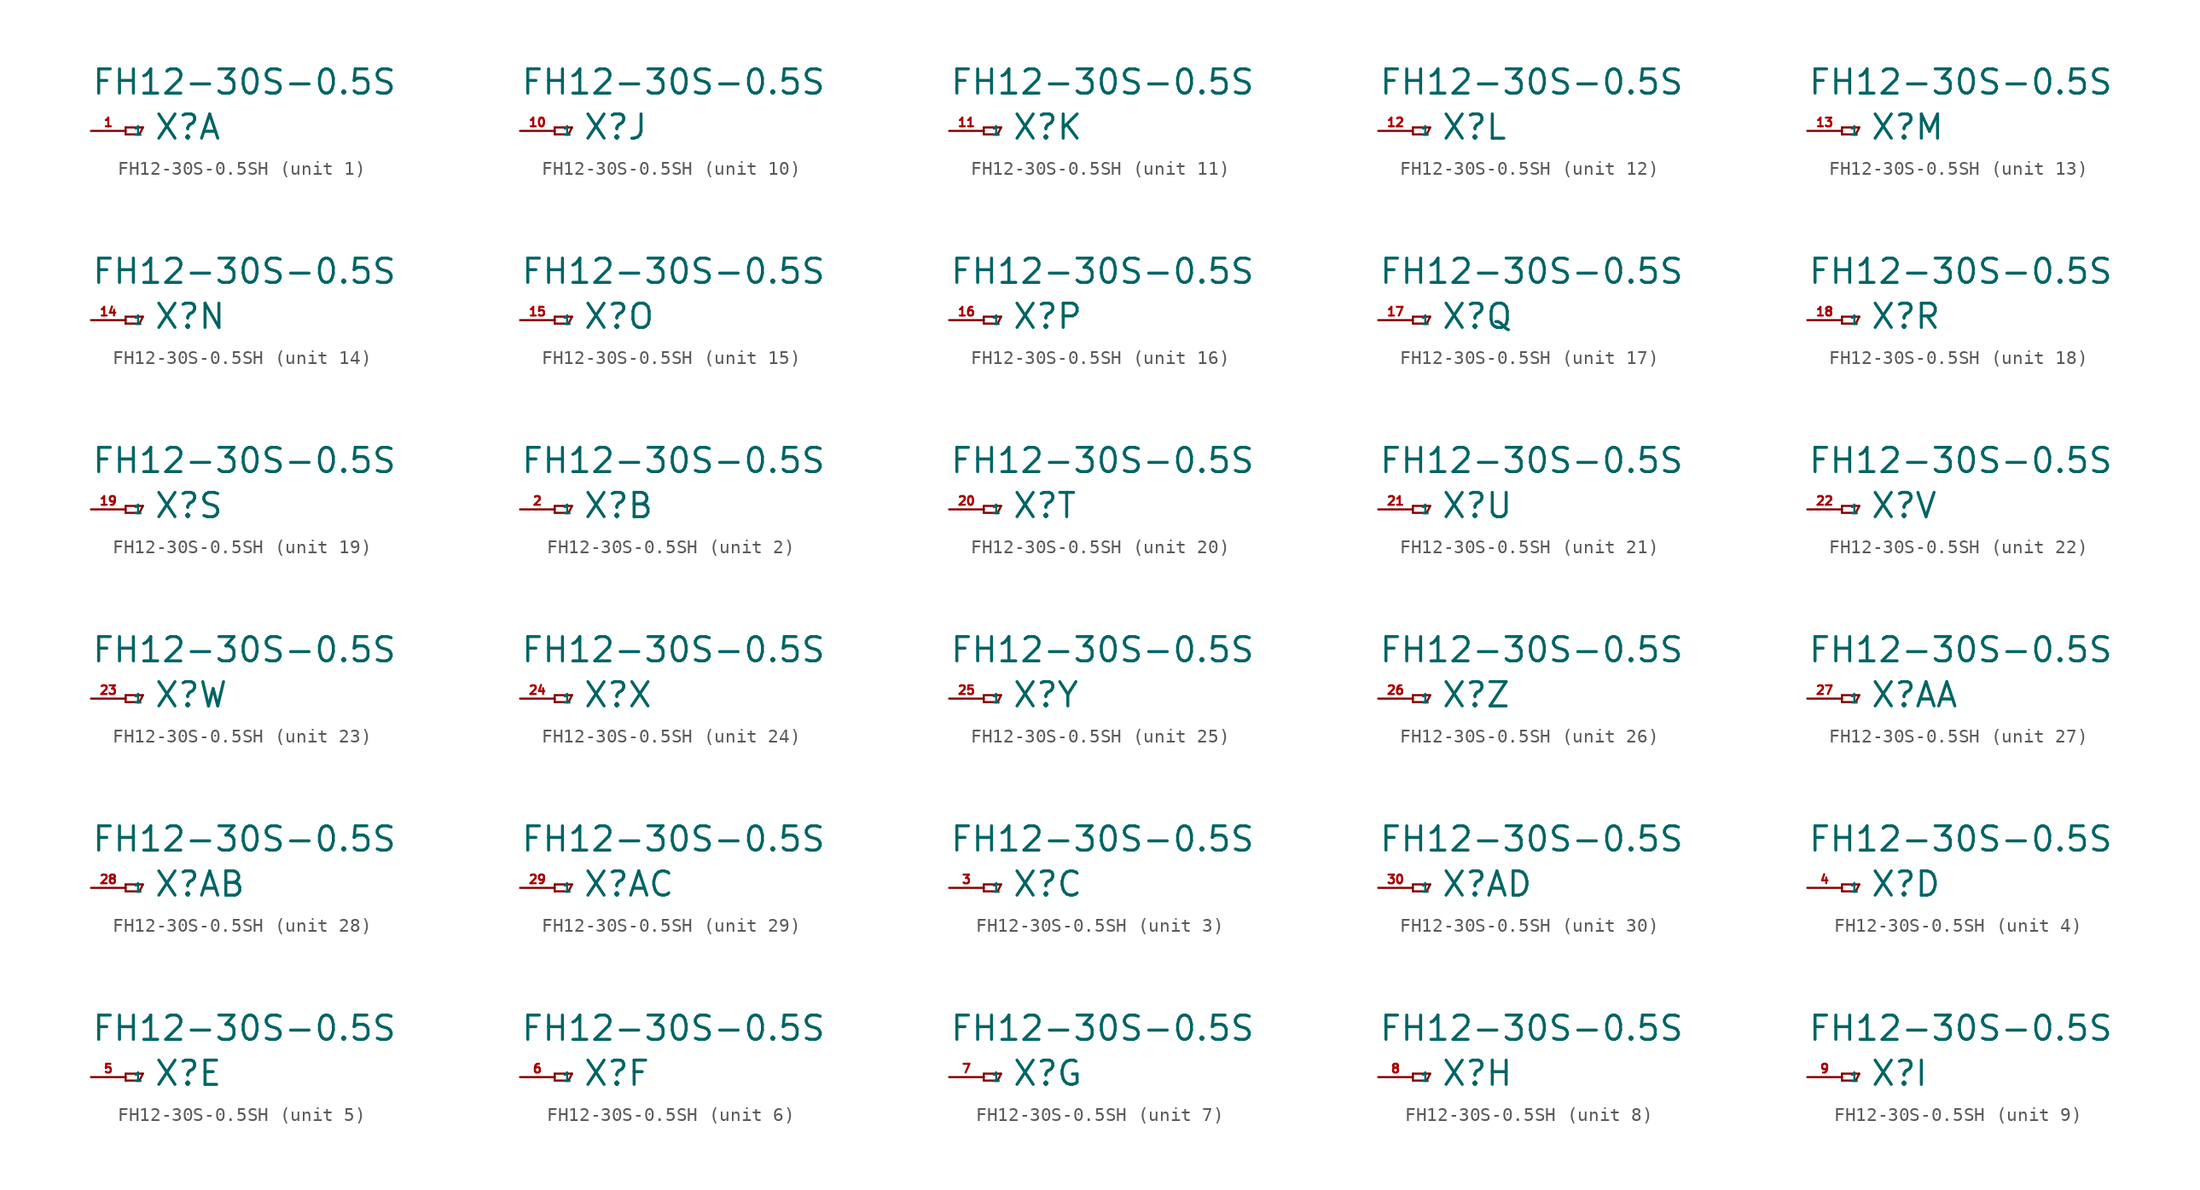
<source format=kicad_sym>
(kicad_symbol_lib
  (version 20220914)
  (generator Eagle2Kicad)
  (symbol "FH12-30S-0.5SH"
    (property "Reference" "X"
      (at 2.032 -0.762 0)
      (effects (font (size 1.778 1.778) (thickness 0.22)) (justify left bottom)))
    (property "Value" "FH12-30S-0.5S"
      (at -2.54 2.54 0)
      (effects (font (size 1.778 1.778) (thickness 0.22)) (justify left bottom)))
    (symbol "FH12-30S-0.5SH_1_0"
      (polyline (pts (xy 0 0.254) (xy 0 -0.254)) (stroke (width 0.152) (type default)) (fill (type none)))
      (polyline (pts (xy 0 -0.254) (xy 1.016 -0.254)) (stroke (width 0.152) (type default)) (fill (type none)))
      (polyline (pts (xy 1.016 -0.254) (xy 1.27 0.254)) (stroke (width 0.152) (type default)) (fill (type none)))
      (polyline (pts (xy 1.27 0.254) (xy 0 0.254)) (stroke (width 0.152) (type default)) (fill (type none)))
      (pin passive line (at -2.54 0 0) (length 2.54) (name "1" (effects (font (size 0.635 0.635) (thickness 0.08)) (justify left bottom))) (number "1" (effects (font (size 0.635 0.635) (thickness 0.08)) (justify left bottom)))))
    (symbol "FH12-30S-0.5SH_2_0"
      (polyline (pts (xy 0 0.254) (xy 0 -0.254)) (stroke (width 0.152) (type default)) (fill (type none)))
      (polyline (pts (xy 0 -0.254) (xy 1.016 -0.254)) (stroke (width 0.152) (type default)) (fill (type none)))
      (polyline (pts (xy 1.016 -0.254) (xy 1.27 0.254)) (stroke (width 0.152) (type default)) (fill (type none)))
      (polyline (pts (xy 1.27 0.254) (xy 0 0.254)) (stroke (width 0.152) (type default)) (fill (type none)))
      (pin passive line (at -2.54 0 0) (length 2.54) (name "1" (effects (font (size 0.635 0.635) (thickness 0.08)) (justify left bottom))) (number "2" (effects (font (size 0.635 0.635) (thickness 0.08)) (justify left bottom)))))
    (symbol "FH12-30S-0.5SH_3_0"
      (polyline (pts (xy 0 0.254) (xy 0 -0.254)) (stroke (width 0.152) (type default)) (fill (type none)))
      (polyline (pts (xy 0 -0.254) (xy 1.016 -0.254)) (stroke (width 0.152) (type default)) (fill (type none)))
      (polyline (pts (xy 1.016 -0.254) (xy 1.27 0.254)) (stroke (width 0.152) (type default)) (fill (type none)))
      (polyline (pts (xy 1.27 0.254) (xy 0 0.254)) (stroke (width 0.152) (type default)) (fill (type none)))
      (pin passive line (at -2.54 0 0) (length 2.54) (name "1" (effects (font (size 0.635 0.635) (thickness 0.08)) (justify left bottom))) (number "3" (effects (font (size 0.635 0.635) (thickness 0.08)) (justify left bottom)))))
    (symbol "FH12-30S-0.5SH_4_0"
      (polyline (pts (xy 0 0.254) (xy 0 -0.254)) (stroke (width 0.152) (type default)) (fill (type none)))
      (polyline (pts (xy 0 -0.254) (xy 1.016 -0.254)) (stroke (width 0.152) (type default)) (fill (type none)))
      (polyline (pts (xy 1.016 -0.254) (xy 1.27 0.254)) (stroke (width 0.152) (type default)) (fill (type none)))
      (polyline (pts (xy 1.27 0.254) (xy 0 0.254)) (stroke (width 0.152) (type default)) (fill (type none)))
      (pin passive line (at -2.54 0 0) (length 2.54) (name "1" (effects (font (size 0.635 0.635) (thickness 0.08)) (justify left bottom))) (number "4" (effects (font (size 0.635 0.635) (thickness 0.08)) (justify left bottom)))))
    (symbol "FH12-30S-0.5SH_5_0"
      (polyline (pts (xy 0 0.254) (xy 0 -0.254)) (stroke (width 0.152) (type default)) (fill (type none)))
      (polyline (pts (xy 0 -0.254) (xy 1.016 -0.254)) (stroke (width 0.152) (type default)) (fill (type none)))
      (polyline (pts (xy 1.016 -0.254) (xy 1.27 0.254)) (stroke (width 0.152) (type default)) (fill (type none)))
      (polyline (pts (xy 1.27 0.254) (xy 0 0.254)) (stroke (width 0.152) (type default)) (fill (type none)))
      (pin passive line (at -2.54 0 0) (length 2.54) (name "1" (effects (font (size 0.635 0.635) (thickness 0.08)) (justify left bottom))) (number "5" (effects (font (size 0.635 0.635) (thickness 0.08)) (justify left bottom)))))
    (symbol "FH12-30S-0.5SH_6_0"
      (polyline (pts (xy 0 0.254) (xy 0 -0.254)) (stroke (width 0.152) (type default)) (fill (type none)))
      (polyline (pts (xy 0 -0.254) (xy 1.016 -0.254)) (stroke (width 0.152) (type default)) (fill (type none)))
      (polyline (pts (xy 1.016 -0.254) (xy 1.27 0.254)) (stroke (width 0.152) (type default)) (fill (type none)))
      (polyline (pts (xy 1.27 0.254) (xy 0 0.254)) (stroke (width 0.152) (type default)) (fill (type none)))
      (pin passive line (at -2.54 0 0) (length 2.54) (name "1" (effects (font (size 0.635 0.635) (thickness 0.08)) (justify left bottom))) (number "6" (effects (font (size 0.635 0.635) (thickness 0.08)) (justify left bottom)))))
    (symbol "FH12-30S-0.5SH_7_0"
      (polyline (pts (xy 0 0.254) (xy 0 -0.254)) (stroke (width 0.152) (type default)) (fill (type none)))
      (polyline (pts (xy 0 -0.254) (xy 1.016 -0.254)) (stroke (width 0.152) (type default)) (fill (type none)))
      (polyline (pts (xy 1.016 -0.254) (xy 1.27 0.254)) (stroke (width 0.152) (type default)) (fill (type none)))
      (polyline (pts (xy 1.27 0.254) (xy 0 0.254)) (stroke (width 0.152) (type default)) (fill (type none)))
      (pin passive line (at -2.54 0 0) (length 2.54) (name "1" (effects (font (size 0.635 0.635) (thickness 0.08)) (justify left bottom))) (number "7" (effects (font (size 0.635 0.635) (thickness 0.08)) (justify left bottom)))))
    (symbol "FH12-30S-0.5SH_8_0"
      (polyline (pts (xy 0 0.254) (xy 0 -0.254)) (stroke (width 0.152) (type default)) (fill (type none)))
      (polyline (pts (xy 0 -0.254) (xy 1.016 -0.254)) (stroke (width 0.152) (type default)) (fill (type none)))
      (polyline (pts (xy 1.016 -0.254) (xy 1.27 0.254)) (stroke (width 0.152) (type default)) (fill (type none)))
      (polyline (pts (xy 1.27 0.254) (xy 0 0.254)) (stroke (width 0.152) (type default)) (fill (type none)))
      (pin passive line (at -2.54 0 0) (length 2.54) (name "1" (effects (font (size 0.635 0.635) (thickness 0.08)) (justify left bottom))) (number "8" (effects (font (size 0.635 0.635) (thickness 0.08)) (justify left bottom)))))
    (symbol "FH12-30S-0.5SH_9_0"
      (polyline (pts (xy 0 0.254) (xy 0 -0.254)) (stroke (width 0.152) (type default)) (fill (type none)))
      (polyline (pts (xy 0 -0.254) (xy 1.016 -0.254)) (stroke (width 0.152) (type default)) (fill (type none)))
      (polyline (pts (xy 1.016 -0.254) (xy 1.27 0.254)) (stroke (width 0.152) (type default)) (fill (type none)))
      (polyline (pts (xy 1.27 0.254) (xy 0 0.254)) (stroke (width 0.152) (type default)) (fill (type none)))
      (pin passive line (at -2.54 0 0) (length 2.54) (name "1" (effects (font (size 0.635 0.635) (thickness 0.08)) (justify left bottom))) (number "9" (effects (font (size 0.635 0.635) (thickness 0.08)) (justify left bottom)))))
    (symbol "FH12-30S-0.5SH_10_0"
      (polyline (pts (xy 0 0.254) (xy 0 -0.254)) (stroke (width 0.152) (type default)) (fill (type none)))
      (polyline (pts (xy 0 -0.254) (xy 1.016 -0.254)) (stroke (width 0.152) (type default)) (fill (type none)))
      (polyline (pts (xy 1.016 -0.254) (xy 1.27 0.254)) (stroke (width 0.152) (type default)) (fill (type none)))
      (polyline (pts (xy 1.27 0.254) (xy 0 0.254)) (stroke (width 0.152) (type default)) (fill (type none)))
      (pin passive line (at -2.54 0 0) (length 2.54) (name "1" (effects (font (size 0.635 0.635) (thickness 0.08)) (justify left bottom))) (number "10" (effects (font (size 0.635 0.635) (thickness 0.08)) (justify left bottom)))))
    (symbol "FH12-30S-0.5SH_11_0"
      (polyline (pts (xy 0 0.254) (xy 0 -0.254)) (stroke (width 0.152) (type default)) (fill (type none)))
      (polyline (pts (xy 0 -0.254) (xy 1.016 -0.254)) (stroke (width 0.152) (type default)) (fill (type none)))
      (polyline (pts (xy 1.016 -0.254) (xy 1.27 0.254)) (stroke (width 0.152) (type default)) (fill (type none)))
      (polyline (pts (xy 1.27 0.254) (xy 0 0.254)) (stroke (width 0.152) (type default)) (fill (type none)))
      (pin passive line (at -2.54 0 0) (length 2.54) (name "1" (effects (font (size 0.635 0.635) (thickness 0.08)) (justify left bottom))) (number "11" (effects (font (size 0.635 0.635) (thickness 0.08)) (justify left bottom)))))
    (symbol "FH12-30S-0.5SH_12_0"
      (polyline (pts (xy 0 0.254) (xy 0 -0.254)) (stroke (width 0.152) (type default)) (fill (type none)))
      (polyline (pts (xy 0 -0.254) (xy 1.016 -0.254)) (stroke (width 0.152) (type default)) (fill (type none)))
      (polyline (pts (xy 1.016 -0.254) (xy 1.27 0.254)) (stroke (width 0.152) (type default)) (fill (type none)))
      (polyline (pts (xy 1.27 0.254) (xy 0 0.254)) (stroke (width 0.152) (type default)) (fill (type none)))
      (pin passive line (at -2.54 0 0) (length 2.54) (name "1" (effects (font (size 0.635 0.635) (thickness 0.08)) (justify left bottom))) (number "12" (effects (font (size 0.635 0.635) (thickness 0.08)) (justify left bottom)))))
    (symbol "FH12-30S-0.5SH_13_0"
      (polyline (pts (xy 0 0.254) (xy 0 -0.254)) (stroke (width 0.152) (type default)) (fill (type none)))
      (polyline (pts (xy 0 -0.254) (xy 1.016 -0.254)) (stroke (width 0.152) (type default)) (fill (type none)))
      (polyline (pts (xy 1.016 -0.254) (xy 1.27 0.254)) (stroke (width 0.152) (type default)) (fill (type none)))
      (polyline (pts (xy 1.27 0.254) (xy 0 0.254)) (stroke (width 0.152) (type default)) (fill (type none)))
      (pin passive line (at -2.54 0 0) (length 2.54) (name "1" (effects (font (size 0.635 0.635) (thickness 0.08)) (justify left bottom))) (number "13" (effects (font (size 0.635 0.635) (thickness 0.08)) (justify left bottom)))))
    (symbol "FH12-30S-0.5SH_14_0"
      (polyline (pts (xy 0 0.254) (xy 0 -0.254)) (stroke (width 0.152) (type default)) (fill (type none)))
      (polyline (pts (xy 0 -0.254) (xy 1.016 -0.254)) (stroke (width 0.152) (type default)) (fill (type none)))
      (polyline (pts (xy 1.016 -0.254) (xy 1.27 0.254)) (stroke (width 0.152) (type default)) (fill (type none)))
      (polyline (pts (xy 1.27 0.254) (xy 0 0.254)) (stroke (width 0.152) (type default)) (fill (type none)))
      (pin passive line (at -2.54 0 0) (length 2.54) (name "1" (effects (font (size 0.635 0.635) (thickness 0.08)) (justify left bottom))) (number "14" (effects (font (size 0.635 0.635) (thickness 0.08)) (justify left bottom)))))
    (symbol "FH12-30S-0.5SH_15_0"
      (polyline (pts (xy 0 0.254) (xy 0 -0.254)) (stroke (width 0.152) (type default)) (fill (type none)))
      (polyline (pts (xy 0 -0.254) (xy 1.016 -0.254)) (stroke (width 0.152) (type default)) (fill (type none)))
      (polyline (pts (xy 1.016 -0.254) (xy 1.27 0.254)) (stroke (width 0.152) (type default)) (fill (type none)))
      (polyline (pts (xy 1.27 0.254) (xy 0 0.254)) (stroke (width 0.152) (type default)) (fill (type none)))
      (pin passive line (at -2.54 0 0) (length 2.54) (name "1" (effects (font (size 0.635 0.635) (thickness 0.08)) (justify left bottom))) (number "15" (effects (font (size 0.635 0.635) (thickness 0.08)) (justify left bottom)))))
    (symbol "FH12-30S-0.5SH_16_0"
      (polyline (pts (xy 0 0.254) (xy 0 -0.254)) (stroke (width 0.152) (type default)) (fill (type none)))
      (polyline (pts (xy 0 -0.254) (xy 1.016 -0.254)) (stroke (width 0.152) (type default)) (fill (type none)))
      (polyline (pts (xy 1.016 -0.254) (xy 1.27 0.254)) (stroke (width 0.152) (type default)) (fill (type none)))
      (polyline (pts (xy 1.27 0.254) (xy 0 0.254)) (stroke (width 0.152) (type default)) (fill (type none)))
      (pin passive line (at -2.54 0 0) (length 2.54) (name "1" (effects (font (size 0.635 0.635) (thickness 0.08)) (justify left bottom))) (number "16" (effects (font (size 0.635 0.635) (thickness 0.08)) (justify left bottom)))))
    (symbol "FH12-30S-0.5SH_17_0"
      (polyline (pts (xy 0 0.254) (xy 0 -0.254)) (stroke (width 0.152) (type default)) (fill (type none)))
      (polyline (pts (xy 0 -0.254) (xy 1.016 -0.254)) (stroke (width 0.152) (type default)) (fill (type none)))
      (polyline (pts (xy 1.016 -0.254) (xy 1.27 0.254)) (stroke (width 0.152) (type default)) (fill (type none)))
      (polyline (pts (xy 1.27 0.254) (xy 0 0.254)) (stroke (width 0.152) (type default)) (fill (type none)))
      (pin passive line (at -2.54 0 0) (length 2.54) (name "1" (effects (font (size 0.635 0.635) (thickness 0.08)) (justify left bottom))) (number "17" (effects (font (size 0.635 0.635) (thickness 0.08)) (justify left bottom)))))
    (symbol "FH12-30S-0.5SH_18_0"
      (polyline (pts (xy 0 0.254) (xy 0 -0.254)) (stroke (width 0.152) (type default)) (fill (type none)))
      (polyline (pts (xy 0 -0.254) (xy 1.016 -0.254)) (stroke (width 0.152) (type default)) (fill (type none)))
      (polyline (pts (xy 1.016 -0.254) (xy 1.27 0.254)) (stroke (width 0.152) (type default)) (fill (type none)))
      (polyline (pts (xy 1.27 0.254) (xy 0 0.254)) (stroke (width 0.152) (type default)) (fill (type none)))
      (pin passive line (at -2.54 0 0) (length 2.54) (name "1" (effects (font (size 0.635 0.635) (thickness 0.08)) (justify left bottom))) (number "18" (effects (font (size 0.635 0.635) (thickness 0.08)) (justify left bottom)))))
    (symbol "FH12-30S-0.5SH_19_0"
      (polyline (pts (xy 0 0.254) (xy 0 -0.254)) (stroke (width 0.152) (type default)) (fill (type none)))
      (polyline (pts (xy 0 -0.254) (xy 1.016 -0.254)) (stroke (width 0.152) (type default)) (fill (type none)))
      (polyline (pts (xy 1.016 -0.254) (xy 1.27 0.254)) (stroke (width 0.152) (type default)) (fill (type none)))
      (polyline (pts (xy 1.27 0.254) (xy 0 0.254)) (stroke (width 0.152) (type default)) (fill (type none)))
      (pin passive line (at -2.54 0 0) (length 2.54) (name "1" (effects (font (size 0.635 0.635) (thickness 0.08)) (justify left bottom))) (number "19" (effects (font (size 0.635 0.635) (thickness 0.08)) (justify left bottom)))))
    (symbol "FH12-30S-0.5SH_20_0"
      (polyline (pts (xy 0 0.254) (xy 0 -0.254)) (stroke (width 0.152) (type default)) (fill (type none)))
      (polyline (pts (xy 0 -0.254) (xy 1.016 -0.254)) (stroke (width 0.152) (type default)) (fill (type none)))
      (polyline (pts (xy 1.016 -0.254) (xy 1.27 0.254)) (stroke (width 0.152) (type default)) (fill (type none)))
      (polyline (pts (xy 1.27 0.254) (xy 0 0.254)) (stroke (width 0.152) (type default)) (fill (type none)))
      (pin passive line (at -2.54 0 0) (length 2.54) (name "1" (effects (font (size 0.635 0.635) (thickness 0.08)) (justify left bottom))) (number "20" (effects (font (size 0.635 0.635) (thickness 0.08)) (justify left bottom)))))
    (symbol "FH12-30S-0.5SH_21_0"
      (polyline (pts (xy 0 0.254) (xy 0 -0.254)) (stroke (width 0.152) (type default)) (fill (type none)))
      (polyline (pts (xy 0 -0.254) (xy 1.016 -0.254)) (stroke (width 0.152) (type default)) (fill (type none)))
      (polyline (pts (xy 1.016 -0.254) (xy 1.27 0.254)) (stroke (width 0.152) (type default)) (fill (type none)))
      (polyline (pts (xy 1.27 0.254) (xy 0 0.254)) (stroke (width 0.152) (type default)) (fill (type none)))
      (pin passive line (at -2.54 0 0) (length 2.54) (name "1" (effects (font (size 0.635 0.635) (thickness 0.08)) (justify left bottom))) (number "21" (effects (font (size 0.635 0.635) (thickness 0.08)) (justify left bottom)))))
    (symbol "FH12-30S-0.5SH_22_0"
      (polyline (pts (xy 0 0.254) (xy 0 -0.254)) (stroke (width 0.152) (type default)) (fill (type none)))
      (polyline (pts (xy 0 -0.254) (xy 1.016 -0.254)) (stroke (width 0.152) (type default)) (fill (type none)))
      (polyline (pts (xy 1.016 -0.254) (xy 1.27 0.254)) (stroke (width 0.152) (type default)) (fill (type none)))
      (polyline (pts (xy 1.27 0.254) (xy 0 0.254)) (stroke (width 0.152) (type default)) (fill (type none)))
      (pin passive line (at -2.54 0 0) (length 2.54) (name "1" (effects (font (size 0.635 0.635) (thickness 0.08)) (justify left bottom))) (number "22" (effects (font (size 0.635 0.635) (thickness 0.08)) (justify left bottom)))))
    (symbol "FH12-30S-0.5SH_23_0"
      (polyline (pts (xy 0 0.254) (xy 0 -0.254)) (stroke (width 0.152) (type default)) (fill (type none)))
      (polyline (pts (xy 0 -0.254) (xy 1.016 -0.254)) (stroke (width 0.152) (type default)) (fill (type none)))
      (polyline (pts (xy 1.016 -0.254) (xy 1.27 0.254)) (stroke (width 0.152) (type default)) (fill (type none)))
      (polyline (pts (xy 1.27 0.254) (xy 0 0.254)) (stroke (width 0.152) (type default)) (fill (type none)))
      (pin passive line (at -2.54 0 0) (length 2.54) (name "1" (effects (font (size 0.635 0.635) (thickness 0.08)) (justify left bottom))) (number "23" (effects (font (size 0.635 0.635) (thickness 0.08)) (justify left bottom)))))
    (symbol "FH12-30S-0.5SH_24_0"
      (polyline (pts (xy 0 0.254) (xy 0 -0.254)) (stroke (width 0.152) (type default)) (fill (type none)))
      (polyline (pts (xy 0 -0.254) (xy 1.016 -0.254)) (stroke (width 0.152) (type default)) (fill (type none)))
      (polyline (pts (xy 1.016 -0.254) (xy 1.27 0.254)) (stroke (width 0.152) (type default)) (fill (type none)))
      (polyline (pts (xy 1.27 0.254) (xy 0 0.254)) (stroke (width 0.152) (type default)) (fill (type none)))
      (pin passive line (at -2.54 0 0) (length 2.54) (name "1" (effects (font (size 0.635 0.635) (thickness 0.08)) (justify left bottom))) (number "24" (effects (font (size 0.635 0.635) (thickness 0.08)) (justify left bottom)))))
    (symbol "FH12-30S-0.5SH_25_0"
      (polyline (pts (xy 0 0.254) (xy 0 -0.254)) (stroke (width 0.152) (type default)) (fill (type none)))
      (polyline (pts (xy 0 -0.254) (xy 1.016 -0.254)) (stroke (width 0.152) (type default)) (fill (type none)))
      (polyline (pts (xy 1.016 -0.254) (xy 1.27 0.254)) (stroke (width 0.152) (type default)) (fill (type none)))
      (polyline (pts (xy 1.27 0.254) (xy 0 0.254)) (stroke (width 0.152) (type default)) (fill (type none)))
      (pin passive line (at -2.54 0 0) (length 2.54) (name "1" (effects (font (size 0.635 0.635) (thickness 0.08)) (justify left bottom))) (number "25" (effects (font (size 0.635 0.635) (thickness 0.08)) (justify left bottom)))))
    (symbol "FH12-30S-0.5SH_26_0"
      (polyline (pts (xy 0 0.254) (xy 0 -0.254)) (stroke (width 0.152) (type default)) (fill (type none)))
      (polyline (pts (xy 0 -0.254) (xy 1.016 -0.254)) (stroke (width 0.152) (type default)) (fill (type none)))
      (polyline (pts (xy 1.016 -0.254) (xy 1.27 0.254)) (stroke (width 0.152) (type default)) (fill (type none)))
      (polyline (pts (xy 1.27 0.254) (xy 0 0.254)) (stroke (width 0.152) (type default)) (fill (type none)))
      (pin passive line (at -2.54 0 0) (length 2.54) (name "1" (effects (font (size 0.635 0.635) (thickness 0.08)) (justify left bottom))) (number "26" (effects (font (size 0.635 0.635) (thickness 0.08)) (justify left bottom)))))
    (symbol "FH12-30S-0.5SH_27_0"
      (polyline (pts (xy 0 0.254) (xy 0 -0.254)) (stroke (width 0.152) (type default)) (fill (type none)))
      (polyline (pts (xy 0 -0.254) (xy 1.016 -0.254)) (stroke (width 0.152) (type default)) (fill (type none)))
      (polyline (pts (xy 1.016 -0.254) (xy 1.27 0.254)) (stroke (width 0.152) (type default)) (fill (type none)))
      (polyline (pts (xy 1.27 0.254) (xy 0 0.254)) (stroke (width 0.152) (type default)) (fill (type none)))
      (pin passive line (at -2.54 0 0) (length 2.54) (name "1" (effects (font (size 0.635 0.635) (thickness 0.08)) (justify left bottom))) (number "27" (effects (font (size 0.635 0.635) (thickness 0.08)) (justify left bottom)))))
    (symbol "FH12-30S-0.5SH_28_0"
      (polyline (pts (xy 0 0.254) (xy 0 -0.254)) (stroke (width 0.152) (type default)) (fill (type none)))
      (polyline (pts (xy 0 -0.254) (xy 1.016 -0.254)) (stroke (width 0.152) (type default)) (fill (type none)))
      (polyline (pts (xy 1.016 -0.254) (xy 1.27 0.254)) (stroke (width 0.152) (type default)) (fill (type none)))
      (polyline (pts (xy 1.27 0.254) (xy 0 0.254)) (stroke (width 0.152) (type default)) (fill (type none)))
      (pin passive line (at -2.54 0 0) (length 2.54) (name "1" (effects (font (size 0.635 0.635) (thickness 0.08)) (justify left bottom))) (number "28" (effects (font (size 0.635 0.635) (thickness 0.08)) (justify left bottom)))))
    (symbol "FH12-30S-0.5SH_29_0"
      (polyline (pts (xy 0 0.254) (xy 0 -0.254)) (stroke (width 0.152) (type default)) (fill (type none)))
      (polyline (pts (xy 0 -0.254) (xy 1.016 -0.254)) (stroke (width 0.152) (type default)) (fill (type none)))
      (polyline (pts (xy 1.016 -0.254) (xy 1.27 0.254)) (stroke (width 0.152) (type default)) (fill (type none)))
      (polyline (pts (xy 1.27 0.254) (xy 0 0.254)) (stroke (width 0.152) (type default)) (fill (type none)))
      (pin passive line (at -2.54 0 0) (length 2.54) (name "1" (effects (font (size 0.635 0.635) (thickness 0.08)) (justify left bottom))) (number "29" (effects (font (size 0.635 0.635) (thickness 0.08)) (justify left bottom)))))
    (symbol "FH12-30S-0.5SH_30_0"
      (polyline (pts (xy 0 0.254) (xy 0 -0.254)) (stroke (width 0.152) (type default)) (fill (type none)))
      (polyline (pts (xy 0 -0.254) (xy 1.016 -0.254)) (stroke (width 0.152) (type default)) (fill (type none)))
      (polyline (pts (xy 1.016 -0.254) (xy 1.27 0.254)) (stroke (width 0.152) (type default)) (fill (type none)))
      (polyline (pts (xy 1.27 0.254) (xy 0 0.254)) (stroke (width 0.152) (type default)) (fill (type none)))
      (pin passive line (at -2.54 0 0) (length 2.54) (name "1" (effects (font (size 0.635 0.635) (thickness 0.08)) (justify left bottom))) (number "30" (effects (font (size 0.635 0.635) (thickness 0.08)) (justify left bottom)))))))
</source>
